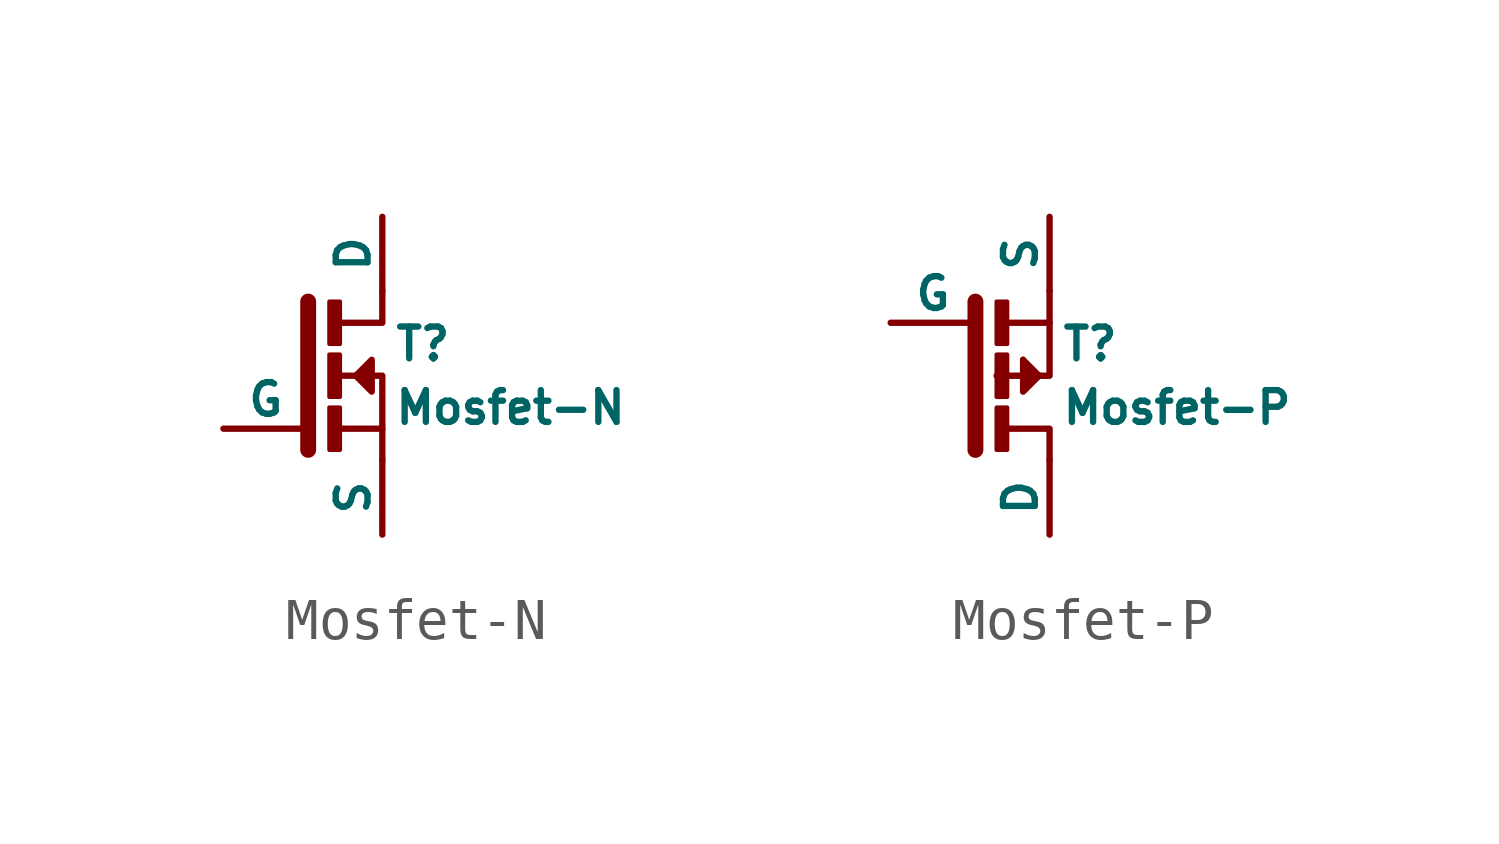
<source format=kicad_sym>
(kicad_symbol_lib
  (version 20231120)
  (generator "kicad_symbol_editor")
  (generator_version "8.0")
  (symbol "Mosfet-N"
    (pin_numbers hide)
    (pin_names
      (offset 0))
    (property "Reference" "T"
      (at 1.524 0.762 0)
      (effects (font (size 0.762 0.762)) (justify left)))
    (property "Value" "Mosfet-N"
      (at 1.524 -0.762 0)
      (effects (font (size 0.762 0.762)) (justify left)))
    (symbol "Mosfet-N_0_1"
      (polyline (pts (xy -0.508 1.778) (xy -0.508 -1.778)) (stroke (width 0.381) (type solid)) (fill (type none)))
      (polyline (pts (xy 0.127 0) (xy 1.27 0) (xy 1.27 -1.27)) (stroke (width 0) (type solid)) (fill (type none)))
      (polyline (pts (xy 0.254 -1.27) (xy 1.27 -1.27) (xy 1.27 -2.032)) (stroke (width 0) (type solid)) (fill (type none)))
      (polyline (pts (xy 0.254 1.27) (xy 1.27 1.27) (xy 1.27 2.032)) (stroke (width 0) (type solid)) (fill (type none)))
      (polyline (pts (xy 0.635 0) (xy 1.016 0.381) (xy 1.016 -0.381) (xy 0.635 0)) (stroke (width 0) (type solid)) (fill (type outline)))
      (polyline (pts (xy 0 -0.762) (xy 0 -1.778) (xy 0.254 -1.778) (xy 0.254 -0.762) (xy 0 -0.762)) (stroke (width 0.102) (type solid)) (fill (type outline)))
      (polyline (pts (xy 0 0.508) (xy 0 -0.508) (xy 0.254 -0.508) (xy 0.254 0.508) (xy 0 0.508)) (stroke (width 0.102) (type solid)) (fill (type outline)))
      (polyline (pts (xy 0 1.778) (xy 0 0.762) (xy 0.254 0.762) (xy 0.254 1.778) (xy 0 1.778)) (stroke (width 0.102) (type solid)) (fill (type outline))))
    (symbol "Mosfet-N_1_1"
      (pin passive line (at -2.54 -1.27 0) (length 2.032) (name "G" (effects (font (size 0.762 0.762)))) (number "1" (effects (font (size 0.762 0.762)))))
      (pin passive line (at 1.27 3.81 270) (length 1.778) (name "D" (effects (font (size 0.762 0.762)))) (number "2" (effects (font (size 0.762 0.762)))))
      (pin passive line (at 1.27 -3.81 90) (length 1.778) (name "S" (effects (font (size 0.762 0.762)))) (number "3" (effects (font (size 0.762 0.762)))))))
  (symbol "Mosfet-P"
    (pin_numbers hide)
    (pin_names
      (offset 0))
    (property "Reference" "T"
      (at 1.524 0.762 0)
      (effects (font (size 0.762 0.762)) (justify left)))
    (property "Value" "Mosfet-P"
      (at 1.524 -0.762 0)
      (effects (font (size 0.762 0.762)) (justify left)))
    (symbol "Mosfet-P_0_1"
      (polyline (pts (xy -0.508 1.778) (xy -0.508 -1.778)) (stroke (width 0.381) (type solid)) (fill (type none)))
      (polyline (pts (xy 0.254 1.27) (xy 1.27 1.27)) (stroke (width 0) (type solid)) (fill (type none)))
      (polyline (pts (xy 0.762 0.127) (xy 0.762 -0.127)) (stroke (width 0) (type solid)) (fill (type none)))
      (polyline (pts (xy 0.254 -1.27) (xy 1.27 -1.27) (xy 1.27 -2.032)) (stroke (width 0) (type solid)) (fill (type none)))
      (polyline (pts (xy 0.635 -0.254) (xy 0.762 -0.127) (xy 0.635 0.381)) (stroke (width 0) (type solid)) (fill (type none)))
      (polyline (pts (xy 1.27 2.032) (xy 1.27 0) (xy 0 0)) (stroke (width 0) (type solid)) (fill (type none)))
      (polyline (pts (xy 1.016 0) (xy 0.635 0.381) (xy 0.635 -0.381) (xy 1.016 0)) (stroke (width 0) (type solid)) (fill (type none)))
      (polyline (pts (xy 0 -0.762) (xy 0 -1.778) (xy 0.254 -1.778) (xy 0.254 -0.762) (xy 0 -0.762)) (stroke (width 0.102) (type solid)) (fill (type outline)))
      (polyline (pts (xy 0 0.508) (xy 0 -0.508) (xy 0.254 -0.508) (xy 0.254 0.508) (xy 0 0.508)) (stroke (width 0.102) (type solid)) (fill (type outline)))
      (polyline (pts (xy 0 1.778) (xy 0 0.762) (xy 0.254 0.762) (xy 0.254 1.778) (xy 0 1.778)) (stroke (width 0.102) (type solid)) (fill (type outline))))
    (symbol "Mosfet-P_1_1"
      (pin passive line (at -2.54 1.27 0) (length 2.032) (name "G" (effects (font (size 0.762 0.762)))) (number "1" (effects (font (size 0.762 0.762)))))
      (pin passive line (at 1.27 -3.81 90) (length 1.778) (name "D" (effects (font (size 0.762 0.762)))) (number "2" (effects (font (size 0.762 0.762)))))
      (pin passive line (at 1.27 3.81 270) (length 1.778) (name "S" (effects (font (size 0.762 0.762)))) (number "3" (effects (font (size 0.762 0.762))))))))
</source>
